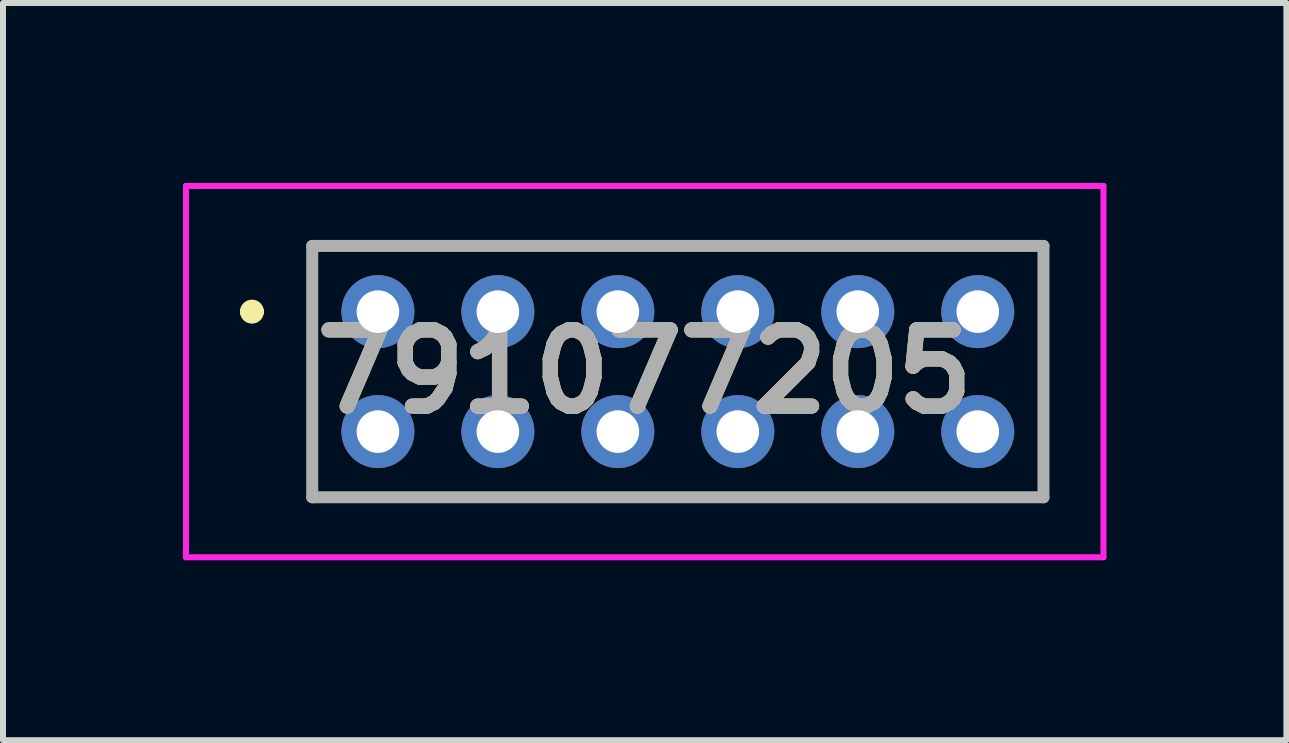
<source format=kicad_pcb>
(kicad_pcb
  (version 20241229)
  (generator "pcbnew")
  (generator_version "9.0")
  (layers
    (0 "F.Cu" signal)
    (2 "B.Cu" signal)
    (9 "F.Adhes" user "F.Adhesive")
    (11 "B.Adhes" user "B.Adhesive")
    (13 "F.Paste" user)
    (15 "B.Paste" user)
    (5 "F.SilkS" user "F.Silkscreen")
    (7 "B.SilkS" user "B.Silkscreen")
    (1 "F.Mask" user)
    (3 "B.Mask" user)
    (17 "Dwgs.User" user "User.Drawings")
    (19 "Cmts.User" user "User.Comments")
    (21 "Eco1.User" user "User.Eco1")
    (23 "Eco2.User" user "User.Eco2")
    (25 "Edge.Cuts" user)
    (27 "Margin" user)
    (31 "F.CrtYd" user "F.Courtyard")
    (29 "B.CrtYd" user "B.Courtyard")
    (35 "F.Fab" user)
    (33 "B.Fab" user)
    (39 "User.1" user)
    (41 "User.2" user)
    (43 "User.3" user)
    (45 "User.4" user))
  (footprint "791077205"
    (layer "F.Cu")
    (at 3.25 2.145)
    (property "Reference" "791077205" (at 4.447 1 0) (layer "F.SilkS") (effects (font (size 1.27 1.27) (thickness 0.254))))
    (attr through_hole)
    (fp_line (start -2.2 0) (end -2.2 0) (stroke (width 0.2) (type solid)) (layer "F.SilkS"))
    (fp_line (start -2 0) (end -2 0) (stroke (width 0.2) (type solid)) (layer "F.SilkS"))
    (fp_line (start -1.095 -1.095) (end 11.095 -1.095) (stroke (width 0.1) (type solid)) (layer "F.SilkS"))
    (fp_line (start -1.095 3.095) (end -1.095 -1.095) (stroke (width 0.1) (type solid)) (layer "F.SilkS"))
    (fp_line (start 11.095 -1.095) (end 11.095 3.095) (stroke (width 0.1) (type solid)) (layer "F.SilkS"))
    (fp_line (start 11.095 3.095) (end -1.095 3.095) (stroke (width 0.1) (type solid)) (layer "F.SilkS"))
    (fp_arc (start -2.2 0) (mid -2.1 -0.1) (end -2 0) (stroke (width 0.2) (type solid)) (layer "F.SilkS"))
    (fp_arc (start -2 0) (mid -2.1 0.1) (end -2.2 0) (stroke (width 0.2) (type solid)) (layer "F.SilkS"))
    (fp_line (start -3.2 -2.095) (end 12.095 -2.095) (stroke (width 0.1) (type solid)) (layer "F.CrtYd"))
    (fp_line (start -3.2 4.095) (end -3.2 -2.095) (stroke (width 0.1) (type solid)) (layer "F.CrtYd"))
    (fp_line (start 12.095 -2.095) (end 12.095 4.095) (stroke (width 0.1) (type solid)) (layer "F.CrtYd"))
    (fp_line (start 12.095 4.095) (end -3.2 4.095) (stroke (width 0.1) (type solid)) (layer "F.CrtYd"))
    (fp_line (start -1.095 -1.095) (end 11.095 -1.095) (stroke (width 0.2) (type solid)) (layer "F.Fab"))
    (fp_line (start -1.095 3.095) (end -1.095 -1.095) (stroke (width 0.2) (type solid)) (layer "F.Fab"))
    (fp_line (start 11.095 -1.095) (end 11.095 3.095) (stroke (width 0.2) (type solid)) (layer "F.Fab"))
    (fp_line (start 11.095 3.095) (end -1.095 3.095) (stroke (width 0.2) (type solid)) (layer "F.Fab"))
    (fp_text user "${REFERENCE}" (at 4.447 1 0) (layer "F.Fab") (effects (font (size 1.27 1.27) (thickness 0.254))))
    (pad "A1" thru_hole circle (at 0 0) (size 1.217 1.217) (drill 0.71) (layers "*.Cu" "*.Mask"))
    (pad "A2" thru_hole circle (at 2 0) (size 1.217 1.217) (drill 0.71) (layers "*.Cu" "*.Mask"))
    (pad "A3" thru_hole circle (at 4 0) (size 1.217 1.217) (drill 0.71) (layers "*.Cu" "*.Mask"))
    (pad "A4" thru_hole circle (at 6 0) (size 1.217 1.217) (drill 0.71) (layers "*.Cu" "*.Mask"))
    (pad "A5" thru_hole circle (at 8 0) (size 1.217 1.217) (drill 0.71) (layers "*.Cu" "*.Mask"))
    (pad "A6" thru_hole circle (at 10 0) (size 1.217 1.217) (drill 0.71) (layers "*.Cu" "*.Mask"))
    (pad "B1" thru_hole circle (at 0 2) (size 1.217 1.217) (drill 0.71) (layers "*.Cu" "*.Mask"))
    (pad "B2" thru_hole circle (at 2 2) (size 1.217 1.217) (drill 0.71) (layers "*.Cu" "*.Mask"))
    (pad "B3" thru_hole circle (at 4 2) (size 1.217 1.217) (drill 0.71) (layers "*.Cu" "*.Mask"))
    (pad "B4" thru_hole circle (at 6 2) (size 1.217 1.217) (drill 0.71) (layers "*.Cu" "*.Mask"))
    (pad "B5" thru_hole circle (at 8 2) (size 1.217 1.217) (drill 0.71) (layers "*.Cu" "*.Mask"))
    (pad "B6" thru_hole circle (at 10 2) (size 1.217 1.217) (drill 0.71) (layers "*.Cu" "*.Mask")))
  (gr_rect
    (start -3 -3)
    (end 18.395 9.29)
    (stroke (width 0.1) (type default))
    (fill no)
    (layer "Edge.Cuts")))
</source>
